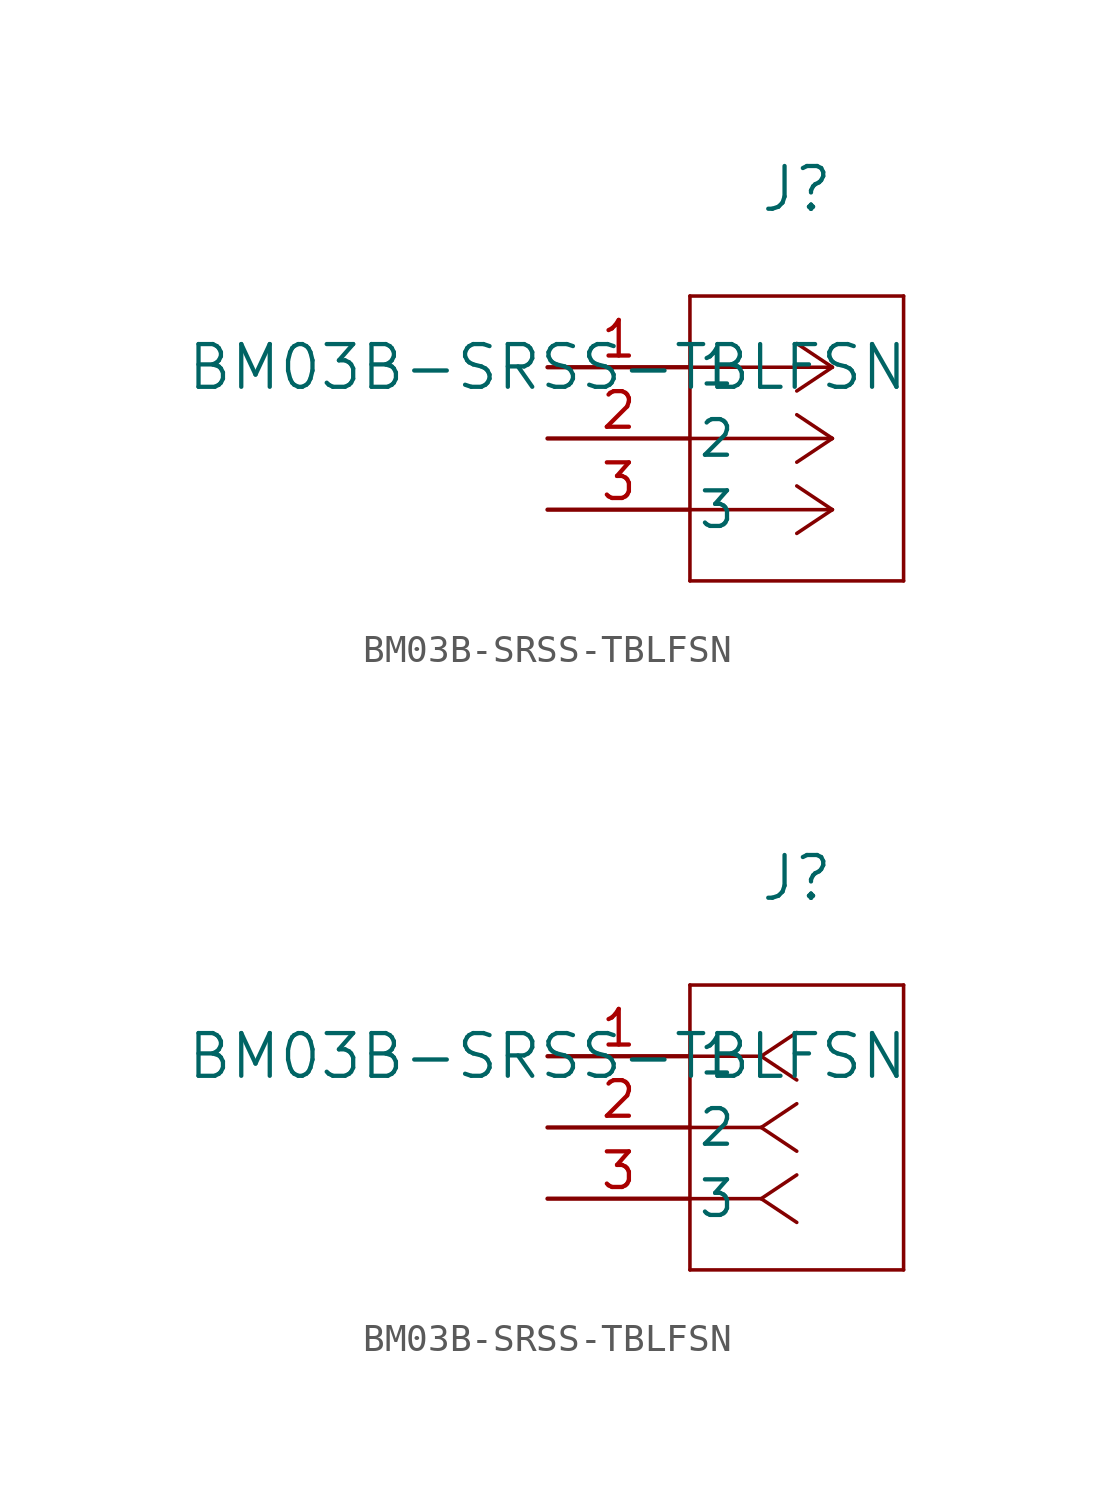
<source format=kicad_sym>
(kicad_symbol_lib
  (version 20211014)
  (generator kicad_symbol_editor)
  (symbol "BM03B-SRSS-TBLFSN"
    (pin_names
      (offset 0.254))
    (property "Reference" "J"
      (at 8.89 6.35 0)
      (effects (font (size 1.524 1.524))))
    (property "Value" "BM03B-SRSS-TBLFSN"
      (at 0 0 0)
      (effects (font (size 1.524 1.524))))
    (symbol "BM03B-SRSS-TBLFSN_1_1"
      (polyline (pts (xy 10.16 0) (xy 5.08 0)) (stroke (width 0.127) (type default) (color 0 0 0 0)) (fill (type none)))
      (polyline (pts (xy 10.16 -2.54) (xy 5.08 -2.54)) (stroke (width 0.127) (type default) (color 0 0 0 0)) (fill (type none)))
      (polyline (pts (xy 10.16 -5.08) (xy 5.08 -5.08)) (stroke (width 0.127) (type default) (color 0 0 0 0)) (fill (type none)))
      (polyline (pts (xy 10.16 0) (xy 8.89 0.847)) (stroke (width 0.127) (type default) (color 0 0 0 0)) (fill (type none)))
      (polyline (pts (xy 10.16 -2.54) (xy 8.89 -1.693)) (stroke (width 0.127) (type default) (color 0 0 0 0)) (fill (type none)))
      (polyline (pts (xy 10.16 -5.08) (xy 8.89 -4.233)) (stroke (width 0.127) (type default) (color 0 0 0 0)) (fill (type none)))
      (polyline (pts (xy 10.16 0) (xy 8.89 -0.847)) (stroke (width 0.127) (type default) (color 0 0 0 0)) (fill (type none)))
      (polyline (pts (xy 10.16 -2.54) (xy 8.89 -3.387)) (stroke (width 0.127) (type default) (color 0 0 0 0)) (fill (type none)))
      (polyline (pts (xy 10.16 -5.08) (xy 8.89 -5.927)) (stroke (width 0.127) (type default) (color 0 0 0 0)) (fill (type none)))
      (polyline (pts (xy 5.08 2.54) (xy 5.08 -7.62)) (stroke (width 0.127) (type default) (color 0 0 0 0)) (fill (type none)))
      (polyline (pts (xy 5.08 -7.62) (xy 12.7 -7.62)) (stroke (width 0.127) (type default) (color 0 0 0 0)) (fill (type none)))
      (polyline (pts (xy 12.7 -7.62) (xy 12.7 2.54)) (stroke (width 0.127) (type default) (color 0 0 0 0)) (fill (type none)))
      (polyline (pts (xy 12.7 2.54) (xy 5.08 2.54)) (stroke (width 0.127) (type default) (color 0 0 0 0)) (fill (type none)))
      (pin passive line (at 0 0 0) (length 5.08) (name "1" (effects (font (size 1.27 1.27)))) (number "1" (effects (font (size 1.27 1.27)))))
      (pin passive line (at 0 -2.54 0) (length 5.08) (name "2" (effects (font (size 1.27 1.27)))) (number "2" (effects (font (size 1.27 1.27)))))
      (pin passive line (at 0 -5.08 0) (length 5.08) (name "3" (effects (font (size 1.27 1.27)))) (number "3" (effects (font (size 1.27 1.27))))))
    (symbol "BM03B-SRSS-TBLFSN_1_2"
      (polyline (pts (xy 7.62 0) (xy 5.08 0)) (stroke (width 0.127) (type default) (color 0 0 0 0)) (fill (type none)))
      (polyline (pts (xy 7.62 -2.54) (xy 5.08 -2.54)) (stroke (width 0.127) (type default) (color 0 0 0 0)) (fill (type none)))
      (polyline (pts (xy 7.62 -5.08) (xy 5.08 -5.08)) (stroke (width 0.127) (type default) (color 0 0 0 0)) (fill (type none)))
      (polyline (pts (xy 7.62 0) (xy 8.89 0.847)) (stroke (width 0.127) (type default) (color 0 0 0 0)) (fill (type none)))
      (polyline (pts (xy 7.62 -2.54) (xy 8.89 -1.693)) (stroke (width 0.127) (type default) (color 0 0 0 0)) (fill (type none)))
      (polyline (pts (xy 7.62 -5.08) (xy 8.89 -4.233)) (stroke (width 0.127) (type default) (color 0 0 0 0)) (fill (type none)))
      (polyline (pts (xy 7.62 0) (xy 8.89 -0.847)) (stroke (width 0.127) (type default) (color 0 0 0 0)) (fill (type none)))
      (polyline (pts (xy 7.62 -2.54) (xy 8.89 -3.387)) (stroke (width 0.127) (type default) (color 0 0 0 0)) (fill (type none)))
      (polyline (pts (xy 7.62 -5.08) (xy 8.89 -5.927)) (stroke (width 0.127) (type default) (color 0 0 0 0)) (fill (type none)))
      (polyline (pts (xy 5.08 2.54) (xy 5.08 -7.62)) (stroke (width 0.127) (type default) (color 0 0 0 0)) (fill (type none)))
      (polyline (pts (xy 5.08 -7.62) (xy 12.7 -7.62)) (stroke (width 0.127) (type default) (color 0 0 0 0)) (fill (type none)))
      (polyline (pts (xy 12.7 -7.62) (xy 12.7 2.54)) (stroke (width 0.127) (type default) (color 0 0 0 0)) (fill (type none)))
      (polyline (pts (xy 12.7 2.54) (xy 5.08 2.54)) (stroke (width 0.127) (type default) (color 0 0 0 0)) (fill (type none)))
      (pin passive line (at 0 0 0) (length 5.08) (name "1" (effects (font (size 1.27 1.27)))) (number "1" (effects (font (size 1.27 1.27)))))
      (pin passive line (at 0 -2.54 0) (length 5.08) (name "2" (effects (font (size 1.27 1.27)))) (number "2" (effects (font (size 1.27 1.27)))))
      (pin passive line (at 0 -5.08 0) (length 5.08) (name "3" (effects (font (size 1.27 1.27)))) (number "3" (effects (font (size 1.27 1.27))))))))
</source>
